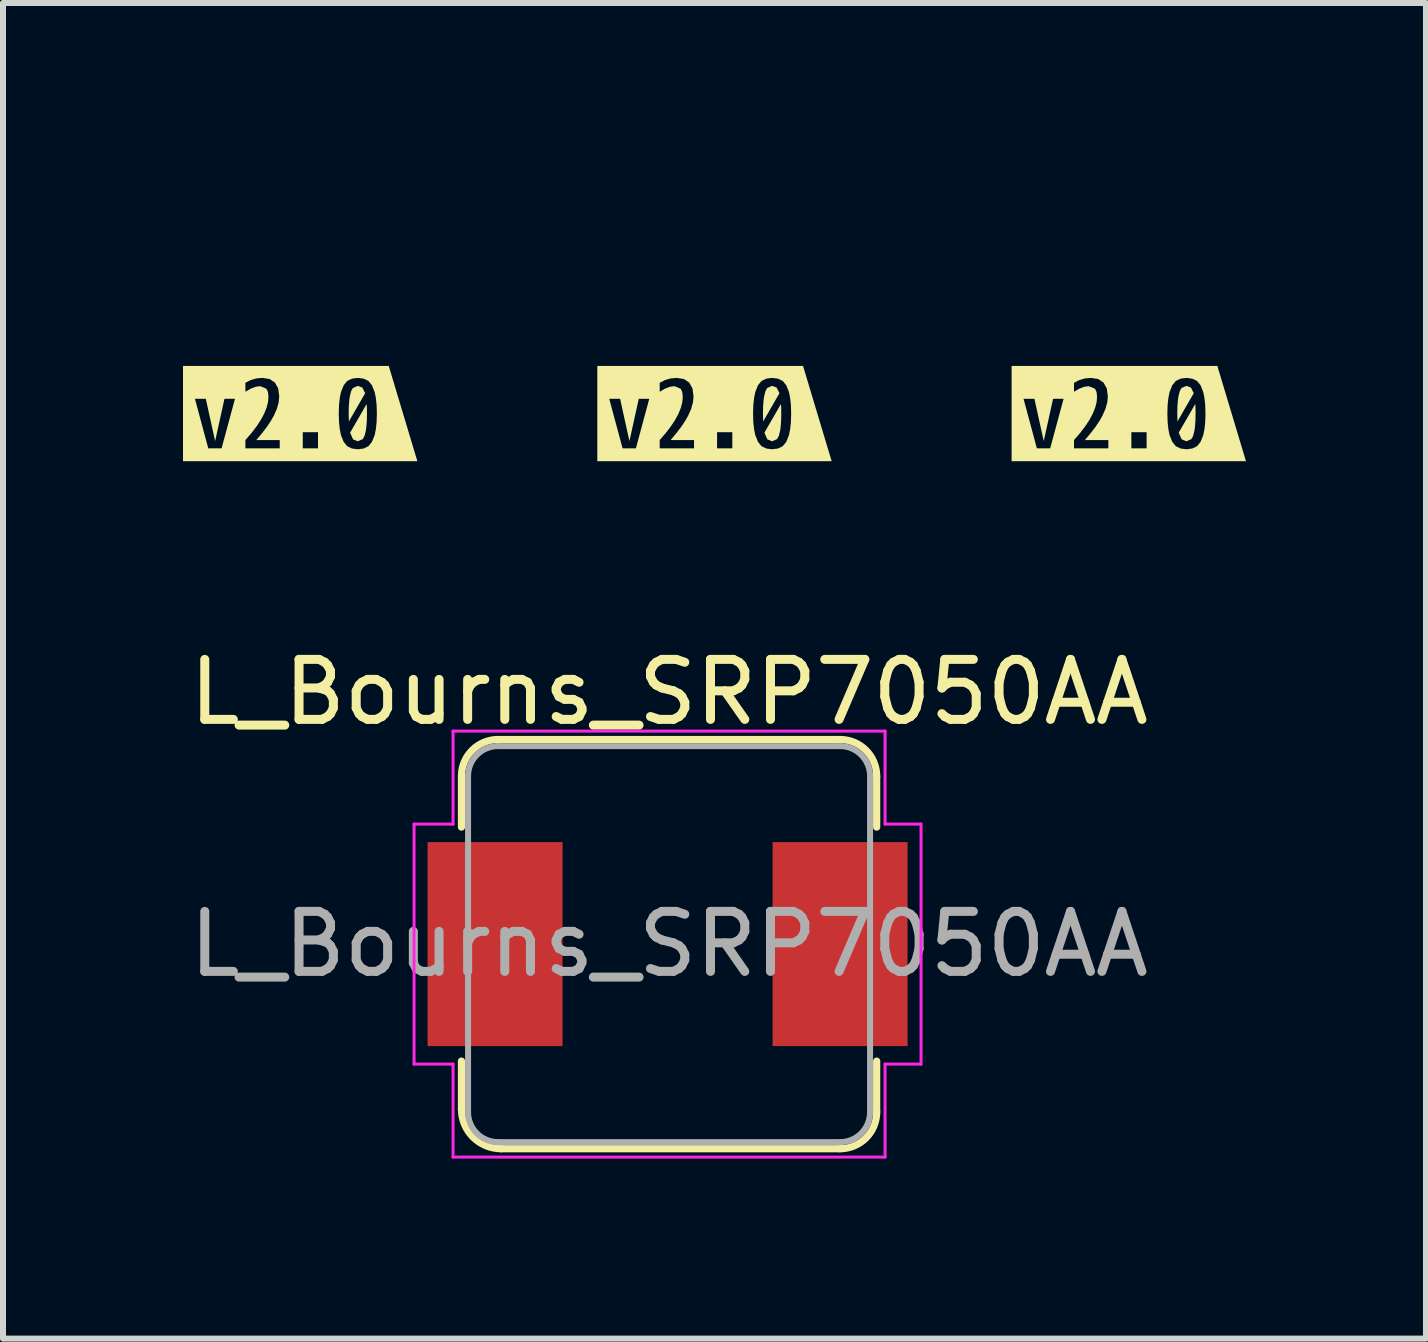
<source format=kicad_pcb>
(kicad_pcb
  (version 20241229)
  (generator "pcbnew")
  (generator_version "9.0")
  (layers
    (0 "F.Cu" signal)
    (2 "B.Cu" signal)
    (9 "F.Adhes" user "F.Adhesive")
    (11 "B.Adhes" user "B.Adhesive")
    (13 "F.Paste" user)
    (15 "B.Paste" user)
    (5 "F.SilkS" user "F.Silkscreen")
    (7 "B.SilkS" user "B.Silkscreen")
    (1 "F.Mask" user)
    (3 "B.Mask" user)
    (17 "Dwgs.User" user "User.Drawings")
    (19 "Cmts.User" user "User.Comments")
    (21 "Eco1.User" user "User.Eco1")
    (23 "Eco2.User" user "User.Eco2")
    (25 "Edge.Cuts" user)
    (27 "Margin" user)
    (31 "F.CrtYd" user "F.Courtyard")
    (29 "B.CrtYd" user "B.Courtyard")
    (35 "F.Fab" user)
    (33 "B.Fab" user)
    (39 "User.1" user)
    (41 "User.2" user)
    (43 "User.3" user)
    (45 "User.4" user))
  (footprint "L_Bourns_SRP7050AA"
    (layer "F.Cu")
    (at 8.101 12.685)
    (property "Reference" "L_Bourns_SRP7050AA" (at 0 -4.2 0) (layer "F.SilkS") (effects (font (size 1 1) (thickness 0.15))))
    (attr smd)
    (fp_line (start -3.46 -1.95) (end -3.46 -2.8) (stroke (width 0.12) (type solid)) (layer "F.SilkS"))
    (fp_line (start -3.46 2.75) (end -3.46 1.95) (stroke (width 0.12) (type solid)) (layer "F.SilkS"))
    (fp_line (start -2.85 -3.41) (end 2.85 -3.41) (stroke (width 0.12) (type solid)) (layer "F.SilkS"))
    (fp_line (start 2.85 3.41) (end -2.8 3.41) (stroke (width 0.12) (type solid)) (layer "F.SilkS"))
    (fp_line (start 3.46 -2.8) (end 3.46 -1.95) (stroke (width 0.12) (type solid)) (layer "F.SilkS"))
    (fp_line (start 3.46 1.95) (end 3.46 2.8) (stroke (width 0.12) (type solid)) (layer "F.SilkS"))
    (fp_arc (start -3.46 -2.8) (mid -3.281335 -3.231335) (end -2.85 -3.41) (stroke (width 0.12) (type solid)) (layer "F.SilkS"))
    (fp_arc (start -2.8 3.41) (mid -3.26669 3.21669) (end -3.46 2.75) (stroke (width 0.12) (type solid)) (layer "F.SilkS"))
    (fp_arc (start 2.85 -3.41) (mid 3.281335 -3.231335) (end 3.46 -2.8) (stroke (width 0.12) (type solid)) (layer "F.SilkS"))
    (fp_arc (start 3.46 2.8) (mid 3.281335 3.231335) (end 2.85 3.41) (stroke (width 0.12) (type solid)) (layer "F.SilkS"))
    (fp_line (start -4.25 -2) (end -3.6 -2) (stroke (width 0.05) (type solid)) (layer "F.CrtYd"))
    (fp_line (start -4.25 2) (end -4.25 -2) (stroke (width 0.05) (type solid)) (layer "F.CrtYd"))
    (fp_line (start -3.6 -3.55) (end 3.6 -3.55) (stroke (width 0.05) (type solid)) (layer "F.CrtYd"))
    (fp_line (start -3.6 -2) (end -3.6 -3.55) (stroke (width 0.05) (type solid)) (layer "F.CrtYd"))
    (fp_line (start -3.6 2) (end -4.25 2) (stroke (width 0.05) (type solid)) (layer "F.CrtYd"))
    (fp_line (start -3.6 3.55) (end -3.6 2) (stroke (width 0.05) (type solid)) (layer "F.CrtYd"))
    (fp_line (start 3.6 -3.55) (end 3.6 -2) (stroke (width 0.05) (type solid)) (layer "F.CrtYd"))
    (fp_line (start 3.6 -2) (end 4.2 -2) (stroke (width 0.05) (type solid)) (layer "F.CrtYd"))
    (fp_line (start 3.6 2) (end 3.6 3.55) (stroke (width 0.05) (type solid)) (layer "F.CrtYd"))
    (fp_line (start 3.6 3.55) (end -3.6 3.55) (stroke (width 0.05) (type solid)) (layer "F.CrtYd"))
    (fp_line (start 4.2 -2) (end 4.2 2) (stroke (width 0.05) (type solid)) (layer "F.CrtYd"))
    (fp_line (start 4.2 2) (end 3.6 2) (stroke (width 0.05) (type solid)) (layer "F.CrtYd"))
    (fp_line (start -3.35 2.8) (end -3.35 -2.8) (stroke (width 0.1) (type solid)) (layer "F.Fab"))
    (fp_line (start -2.85 -3.3) (end 2.85 -3.3) (stroke (width 0.1) (type solid)) (layer "F.Fab"))
    (fp_line (start 2.85 3.3) (end -2.85 3.3) (stroke (width 0.1) (type solid)) (layer "F.Fab"))
    (fp_line (start 3.35 -2.8) (end 3.35 2.8) (stroke (width 0.1) (type solid)) (layer "F.Fab"))
    (fp_arc (start -3.35 -2.8) (mid -3.203553 -3.153553) (end -2.85 -3.3) (stroke (width 0.1) (type solid)) (layer "F.Fab"))
    (fp_arc (start -2.85 3.3) (mid -3.203553 3.153553) (end -3.35 2.8) (stroke (width 0.1) (type solid)) (layer "F.Fab"))
    (fp_arc (start 2.85 -3.3) (mid 3.203553 -3.153553) (end 3.35 -2.8) (stroke (width 0.1) (type solid)) (layer "F.Fab"))
    (fp_arc (start 3.35 2.8) (mid 3.203553 3.153553) (end 2.85 3.3) (stroke (width 0.1) (type solid)) (layer "F.Fab"))
    (fp_text user "${REFERENCE}" (at 0 0 0) (layer "F.Fab") (effects (font (size 1 1) (thickness 0.15))))
    (pad "1" smd rect (at -2.9 0) (size 2.25 3.4) (layers "F.Cu" "F.Mask" "F.Paste"))
    (pad "2" smd rect (at 2.85 0) (size 2.25 3.4) (layers "F.Cu" "F.Mask" "F.Paste")))
  (footprint "kibuzzard-63BF2B87"
    (layer "F.Cu")
    (at 1.953 3.843)
    (property "Reference" "kibuzzard-63BF2B87" (at 0 -3.842 0) (layer "F.SilkS") (effects (font (size 0.001 0.001) (thickness 0.15))))
    (attr board_only exclude_from_pos_files exclude_from_bom)
    (fp_poly (pts (xy 0.811 0.132) (xy 1.083 -0.34) (xy 1.035 -0.434) (xy 0.96 -0.462) (xy 0.877 -0.425) (xy 0.849 -0.372) (xy 0.827 -0.286) (xy 0.817 -0.208) (xy 0.81 -0.113) (xy 0.808 0) (xy 0.811 0.132)) (stroke (width 0) (type solid)) (fill yes) (layer "F.SilkS"))
    (fp_poly (pts (xy 0.832 0.318) (xy 0.881 0.429) (xy 0.96 0.462) (xy 1.044 0.425) (xy 1.072 0.372) (xy 1.094 0.286) (xy 1.104 0.208) (xy 1.111 0.113) (xy 1.113 0) (xy 1.112 -0.086) (xy 1.108 -0.16) (xy 0.832 0.318)) (stroke (width 0) (type solid)) (fill yes) (layer "F.SilkS"))
    (fp_poly (pts (xy -1.754 -0.794) (xy -1.953 -0.794) (xy -1.953 0.794) (xy -1.754 0.794) (xy -1.31 0.794) (xy -1.31 0.579) (xy -1.532 0.579) (xy -1.754 -0.246) (xy -1.573 -0.246) (xy -1.419 0.452) (xy -1.416 0.452) (xy -1.262 -0.246) (xy -1.087 -0.246) (xy -1.31 0.579) (xy -1.31 0.794) (xy -0.341 0.794) (xy -0.341 0.579) (xy -0.913 0.579) (xy -0.913 0.441) (xy -0.811 0.323) (xy -0.725 0.21) (xy -0.654 0.102) (xy -0.599 -0.001) (xy -0.56 -0.099) (xy -0.536 -0.191) (xy -0.529 -0.278) (xy -0.537 -0.359) (xy -0.563 -0.414) (xy -0.667 -0.457) (xy -0.741 -0.447) (xy -0.823 -0.416) (xy -0.913 -0.364) (xy -0.913 -0.513) (xy -0.825 -0.559) (xy -0.731 -0.586) (xy -0.63 -0.595) (xy -0.51 -0.576) (xy -0.421 -0.517) (xy -0.367 -0.42) (xy -0.349 -0.286) (xy -0.359 -0.185) (xy -0.389 -0.078) (xy -0.439 0.035) (xy -0.491 0.126) (xy -0.556 0.223) (xy -0.636 0.327) (xy -0.729 0.438) (xy -0.729 0.441) (xy -0.341 0.441) (xy -0.341 0.579) (xy -0.341 0.794) (xy 0.043 0.794) (xy 0.043 0.579) (xy 0.043 0.31) (xy 0.297 0.31) (xy 0.297 0.579) (xy 0.043 0.579) (xy 0.043 0.794) (xy 0.96 0.794) (xy 0.96 0.595) (xy 0.862 0.582) (xy 0.784 0.544) (xy 0.725 0.472) (xy 0.68 0.36) (xy 0.66 0.261) (xy 0.647 0.141) (xy 0.643 0) (xy 0.647 -0.141) (xy 0.66 -0.261) (xy 0.68 -0.36) (xy 0.725 -0.472) (xy 0.784 -0.544) (xy 0.862 -0.582) (xy 0.96 -0.595) (xy 1.059 -0.582) (xy 1.137 -0.544) (xy 1.196 -0.472) (xy 1.241 -0.36) (xy 1.261 -0.261) (xy 1.274 -0.141) (xy 1.278 0) (xy 1.274 0.141) (xy 1.261 0.261) (xy 1.241 0.36) (xy 1.196 0.472) (xy 1.137 0.544) (xy 1.059 0.582) (xy 0.96 0.595) (xy 0.96 0.794) (xy 1.278 0.794) (xy 1.476 0.794) (xy 1.953 0.794) (xy 1.476 -0.794) (xy 1.278 -0.794) (xy -1.754 -0.794)) (stroke (width 0) (type solid)) (fill yes) (layer "F.SilkS")))
  (footprint "kibuzzard-63BF2EB7"
    (layer "F.Cu")
    (at 15.763 3.843)
    (property "Reference" "kibuzzard-63BF2EB7" (at 0 -3.842 0) (layer "F.SilkS") (effects (font (size 0.001 0.001) (thickness 0.15))))
    (attr board_only exclude_from_pos_files exclude_from_bom)
    (fp_poly (pts (xy 0.811 0.132) (xy 1.083 -0.34) (xy 1.035 -0.434) (xy 0.96 -0.462) (xy 0.877 -0.425) (xy 0.849 -0.372) (xy 0.827 -0.286) (xy 0.817 -0.208) (xy 0.81 -0.113) (xy 0.808 0) (xy 0.811 0.132)) (stroke (width 0) (type solid)) (fill yes) (layer "F.SilkS"))
    (fp_poly (pts (xy 0.832 0.318) (xy 0.881 0.429) (xy 0.96 0.462) (xy 1.044 0.425) (xy 1.072 0.372) (xy 1.094 0.286) (xy 1.104 0.208) (xy 1.111 0.113) (xy 1.113 0) (xy 1.112 -0.086) (xy 1.108 -0.16) (xy 0.832 0.318)) (stroke (width 0) (type solid)) (fill yes) (layer "F.SilkS"))
    (fp_poly (pts (xy -1.754 -0.794) (xy -1.953 -0.794) (xy -1.953 0.794) (xy -1.754 0.794) (xy -1.31 0.794) (xy -1.31 0.579) (xy -1.532 0.579) (xy -1.754 -0.246) (xy -1.573 -0.246) (xy -1.419 0.452) (xy -1.416 0.452) (xy -1.262 -0.246) (xy -1.087 -0.246) (xy -1.31 0.579) (xy -1.31 0.794) (xy -0.341 0.794) (xy -0.341 0.579) (xy -0.913 0.579) (xy -0.913 0.441) (xy -0.811 0.323) (xy -0.725 0.21) (xy -0.654 0.102) (xy -0.599 -0.001) (xy -0.56 -0.099) (xy -0.536 -0.191) (xy -0.529 -0.278) (xy -0.537 -0.359) (xy -0.563 -0.414) (xy -0.667 -0.457) (xy -0.741 -0.447) (xy -0.823 -0.416) (xy -0.913 -0.364) (xy -0.913 -0.513) (xy -0.825 -0.559) (xy -0.731 -0.586) (xy -0.63 -0.595) (xy -0.51 -0.576) (xy -0.421 -0.517) (xy -0.367 -0.42) (xy -0.349 -0.286) (xy -0.359 -0.185) (xy -0.389 -0.078) (xy -0.439 0.035) (xy -0.491 0.126) (xy -0.556 0.223) (xy -0.636 0.327) (xy -0.729 0.438) (xy -0.729 0.441) (xy -0.341 0.441) (xy -0.341 0.579) (xy -0.341 0.794) (xy 0.043 0.794) (xy 0.043 0.579) (xy 0.043 0.31) (xy 0.297 0.31) (xy 0.297 0.579) (xy 0.043 0.579) (xy 0.043 0.794) (xy 0.96 0.794) (xy 0.96 0.595) (xy 0.862 0.582) (xy 0.784 0.544) (xy 0.725 0.472) (xy 0.68 0.36) (xy 0.66 0.261) (xy 0.647 0.141) (xy 0.643 0) (xy 0.647 -0.141) (xy 0.66 -0.261) (xy 0.68 -0.36) (xy 0.725 -0.472) (xy 0.784 -0.544) (xy 0.862 -0.582) (xy 0.96 -0.595) (xy 1.059 -0.582) (xy 1.137 -0.544) (xy 1.196 -0.472) (xy 1.241 -0.36) (xy 1.261 -0.261) (xy 1.274 -0.141) (xy 1.278 0) (xy 1.274 0.141) (xy 1.261 0.261) (xy 1.241 0.36) (xy 1.196 0.472) (xy 1.137 0.544) (xy 1.059 0.582) (xy 0.96 0.595) (xy 0.96 0.794) (xy 1.278 0.794) (xy 1.476 0.794) (xy 1.953 0.794) (xy 1.476 -0.794) (xy 1.278 -0.794) (xy -1.754 -0.794)) (stroke (width 0) (type solid)) (fill yes) (layer "F.SilkS")))
  (footprint "kibuzzard-63BF2EAE"
    (layer "F.Cu")
    (at 8.858 3.843)
    (property "Reference" "kibuzzard-63BF2EAE" (at 0 -3.842 0) (layer "F.SilkS") (effects (font (size 0.001 0.001) (thickness 0.15))))
    (attr board_only exclude_from_pos_files exclude_from_bom)
    (fp_poly (pts (xy 0.811 0.132) (xy 1.083 -0.34) (xy 1.035 -0.434) (xy 0.96 -0.462) (xy 0.877 -0.425) (xy 0.849 -0.372) (xy 0.827 -0.286) (xy 0.817 -0.208) (xy 0.81 -0.113) (xy 0.808 0) (xy 0.811 0.132)) (stroke (width 0) (type solid)) (fill yes) (layer "F.SilkS"))
    (fp_poly (pts (xy 0.832 0.318) (xy 0.881 0.429) (xy 0.96 0.462) (xy 1.044 0.425) (xy 1.072 0.372) (xy 1.094 0.286) (xy 1.104 0.208) (xy 1.111 0.113) (xy 1.113 0) (xy 1.112 -0.086) (xy 1.108 -0.16) (xy 0.832 0.318)) (stroke (width 0) (type solid)) (fill yes) (layer "F.SilkS"))
    (fp_poly (pts (xy -1.754 -0.794) (xy -1.953 -0.794) (xy -1.953 0.794) (xy -1.754 0.794) (xy -1.31 0.794) (xy -1.31 0.579) (xy -1.532 0.579) (xy -1.754 -0.246) (xy -1.573 -0.246) (xy -1.419 0.452) (xy -1.416 0.452) (xy -1.262 -0.246) (xy -1.087 -0.246) (xy -1.31 0.579) (xy -1.31 0.794) (xy -0.341 0.794) (xy -0.341 0.579) (xy -0.913 0.579) (xy -0.913 0.441) (xy -0.811 0.323) (xy -0.725 0.21) (xy -0.654 0.102) (xy -0.599 -0.001) (xy -0.56 -0.099) (xy -0.536 -0.191) (xy -0.529 -0.278) (xy -0.537 -0.359) (xy -0.563 -0.414) (xy -0.667 -0.457) (xy -0.741 -0.447) (xy -0.823 -0.416) (xy -0.913 -0.364) (xy -0.913 -0.513) (xy -0.825 -0.559) (xy -0.731 -0.586) (xy -0.63 -0.595) (xy -0.51 -0.576) (xy -0.421 -0.517) (xy -0.367 -0.42) (xy -0.349 -0.286) (xy -0.359 -0.185) (xy -0.389 -0.078) (xy -0.439 0.035) (xy -0.491 0.126) (xy -0.556 0.223) (xy -0.636 0.327) (xy -0.729 0.438) (xy -0.729 0.441) (xy -0.341 0.441) (xy -0.341 0.579) (xy -0.341 0.794) (xy 0.043 0.794) (xy 0.043 0.579) (xy 0.043 0.31) (xy 0.297 0.31) (xy 0.297 0.579) (xy 0.043 0.579) (xy 0.043 0.794) (xy 0.96 0.794) (xy 0.96 0.595) (xy 0.862 0.582) (xy 0.784 0.544) (xy 0.725 0.472) (xy 0.68 0.36) (xy 0.66 0.261) (xy 0.647 0.141) (xy 0.643 0) (xy 0.647 -0.141) (xy 0.66 -0.261) (xy 0.68 -0.36) (xy 0.725 -0.472) (xy 0.784 -0.544) (xy 0.862 -0.582) (xy 0.96 -0.595) (xy 1.059 -0.582) (xy 1.137 -0.544) (xy 1.196 -0.472) (xy 1.241 -0.36) (xy 1.261 -0.261) (xy 1.274 -0.141) (xy 1.278 0) (xy 1.274 0.141) (xy 1.261 0.261) (xy 1.241 0.36) (xy 1.196 0.472) (xy 1.137 0.544) (xy 1.059 0.582) (xy 0.96 0.595) (xy 0.96 0.794) (xy 1.278 0.794) (xy 1.476 0.794) (xy 1.953 0.794) (xy 1.476 -0.794) (xy 1.278 -0.794) (xy -1.754 -0.794)) (stroke (width 0) (type solid)) (fill yes) (layer "F.SilkS")))
  (gr_rect
    (start -3 -3)
    (end 20.716 19.26)
    (stroke (width 0.1) (type default))
    (fill no)
    (layer "Edge.Cuts")))
</source>
